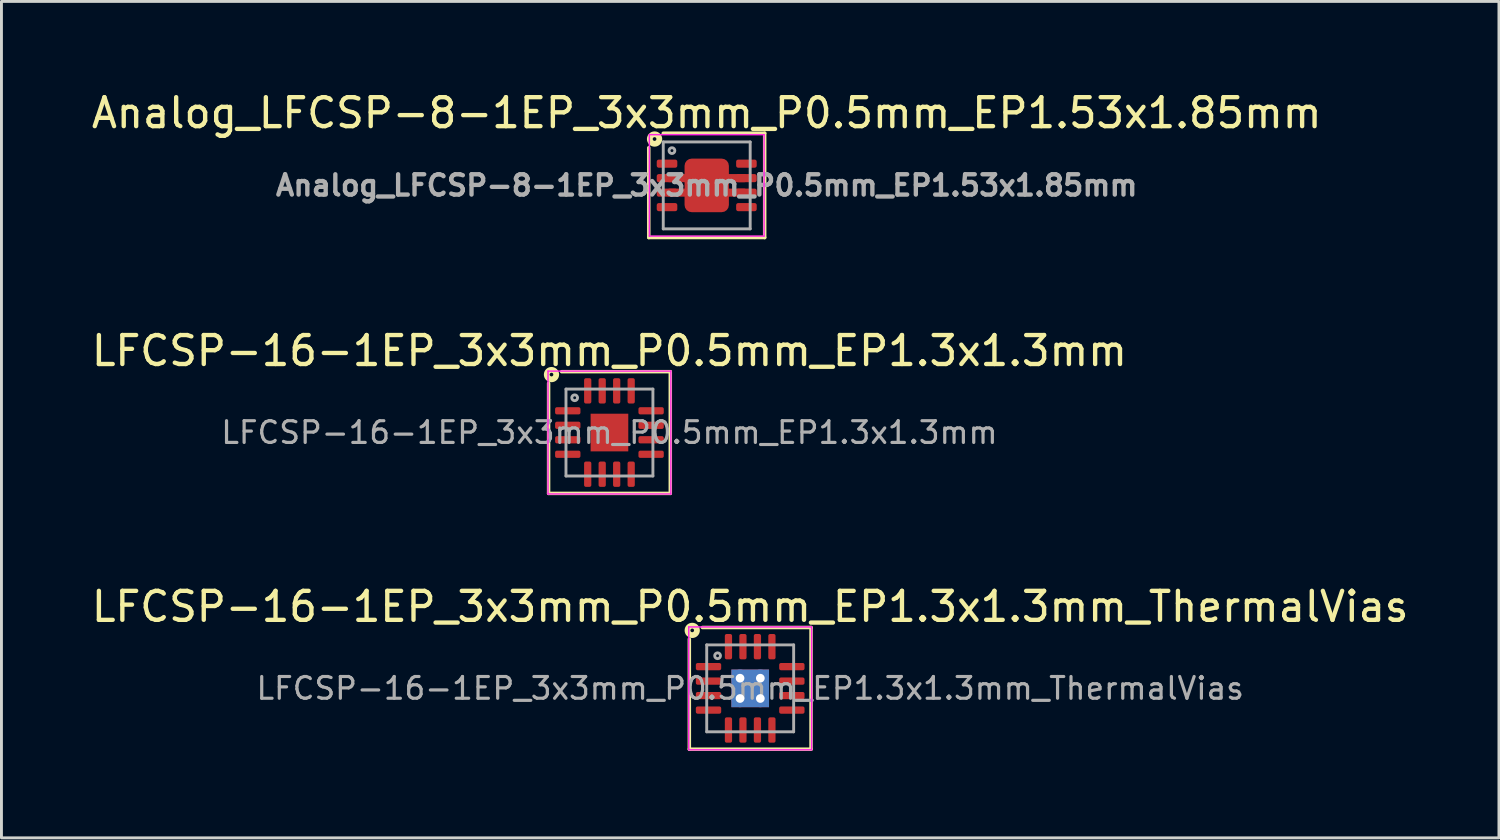
<source format=kicad_pcb>
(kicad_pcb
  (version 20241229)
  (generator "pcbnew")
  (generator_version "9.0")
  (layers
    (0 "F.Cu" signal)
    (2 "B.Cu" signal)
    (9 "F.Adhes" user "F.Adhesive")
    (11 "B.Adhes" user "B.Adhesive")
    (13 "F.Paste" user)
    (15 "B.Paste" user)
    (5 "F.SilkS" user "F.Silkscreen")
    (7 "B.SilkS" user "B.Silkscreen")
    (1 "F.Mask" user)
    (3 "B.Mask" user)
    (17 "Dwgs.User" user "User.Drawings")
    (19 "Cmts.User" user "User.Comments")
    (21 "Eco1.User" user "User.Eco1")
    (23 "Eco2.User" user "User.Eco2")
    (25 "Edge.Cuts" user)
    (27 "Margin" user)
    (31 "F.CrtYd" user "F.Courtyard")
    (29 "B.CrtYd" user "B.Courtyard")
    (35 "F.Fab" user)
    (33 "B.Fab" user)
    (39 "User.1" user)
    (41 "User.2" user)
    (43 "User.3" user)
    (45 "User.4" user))
  (footprint "LFCSP-16-1EP_3x3mm_P0.5mm_EP1.3x1.3mm"
    (layer "F.Cu")
    (at 17.982 11.877)
    (property "Reference" "LFCSP-16-1EP_3x3mm_P0.5mm_EP1.3x1.3mm" (at 0 -2.82 0) (layer "F.SilkS") (effects (font (size 1 1) (thickness 0.15))))
    (attr smd)
    (fp_line (start -2.1 2.1) (end -2.1 -1.7) (stroke (width 0.12) (type solid)) (layer "F.SilkS"))
    (fp_line (start 2.1 -2.1) (end -1.65 -2.1) (stroke (width 0.12) (type solid)) (layer "F.SilkS"))
    (fp_line (start 2.1 -2.1) (end 2.1 2.1) (stroke (width 0.12) (type solid)) (layer "F.SilkS"))
    (fp_line (start 2.1 2.1) (end -2.1 2.1) (stroke (width 0.12) (type solid)) (layer "F.SilkS"))
    (fp_circle (center -2 -2) (end -1.937 -2) (stroke (width 0.2) (type solid)) (fill no) (layer "F.SilkS"))
    (fp_line (start -2.12 -2.12) (end -2.12 2.12) (stroke (width 0.05) (type solid)) (layer "F.CrtYd"))
    (fp_line (start -2.12 2.12) (end 2.12 2.12) (stroke (width 0.05) (type solid)) (layer "F.CrtYd"))
    (fp_line (start 2.12 -2.12) (end -2.12 -2.12) (stroke (width 0.05) (type solid)) (layer "F.CrtYd"))
    (fp_line (start 2.12 2.12) (end 2.12 -2.12) (stroke (width 0.05) (type solid)) (layer "F.CrtYd"))
    (fp_line (start -1.5 -1.5) (end 1.5 -1.5) (stroke (width 0.1) (type solid)) (layer "F.Fab"))
    (fp_line (start -1.5 1.5) (end -1.5 -1.5) (stroke (width 0.1) (type solid)) (layer "F.Fab"))
    (fp_line (start 1.5 -1.5) (end 1.5 1.5) (stroke (width 0.1) (type solid)) (layer "F.Fab"))
    (fp_line (start 1.5 1.5) (end -1.5 1.5) (stroke (width 0.1) (type solid)) (layer "F.Fab"))
    (fp_circle (center -1.2 -1.2) (end -1.1 -1.2) (stroke (width 0.1) (type solid)) (fill no) (layer "F.Fab"))
    (fp_text user "${REFERENCE}" (at 0 0 0) (layer "F.Fab") (effects (font (size 0.75 0.75) (thickness 0.11))))
    (pad "" smd roundrect (at -0.325 -0.325) (size 0.52 0.52) (layers "F.Paste") (roundrect_rratio 0.25))
    (pad "" smd roundrect (at -0.325 0.325) (size 0.52 0.52) (layers "F.Paste") (roundrect_rratio 0.25))
    (pad "" smd roundrect (at 0.325 -0.325) (size 0.52 0.52) (layers "F.Paste") (roundrect_rratio 0.25))
    (pad "" smd roundrect (at 0.325 0.325) (size 0.52 0.52) (layers "F.Paste") (roundrect_rratio 0.25))
    (pad "1" smd roundrect (at -1.438 -0.75) (size 0.875 0.25) (layers "F.Cu" "F.Mask" "F.Paste") (roundrect_rratio 0.25))
    (pad "2" smd roundrect (at -1.438 -0.25) (size 0.875 0.25) (layers "F.Cu" "F.Mask" "F.Paste") (roundrect_rratio 0.25))
    (pad "3" smd roundrect (at -1.438 0.25) (size 0.875 0.25) (layers "F.Cu" "F.Mask" "F.Paste") (roundrect_rratio 0.25))
    (pad "4" smd roundrect (at -1.438 0.75) (size 0.875 0.25) (layers "F.Cu" "F.Mask" "F.Paste") (roundrect_rratio 0.25))
    (pad "5" smd roundrect (at -0.75 1.438) (size 0.25 0.875) (layers "F.Cu" "F.Mask" "F.Paste") (roundrect_rratio 0.25))
    (pad "6" smd roundrect (at -0.25 1.438) (size 0.25 0.875) (layers "F.Cu" "F.Mask" "F.Paste") (roundrect_rratio 0.25))
    (pad "7" smd roundrect (at 0.25 1.438) (size 0.25 0.875) (layers "F.Cu" "F.Mask" "F.Paste") (roundrect_rratio 0.25))
    (pad "8" smd roundrect (at 0.75 1.438) (size 0.25 0.875) (layers "F.Cu" "F.Mask" "F.Paste") (roundrect_rratio 0.25))
    (pad "9" smd roundrect (at 1.438 0.75) (size 0.875 0.25) (layers "F.Cu" "F.Mask" "F.Paste") (roundrect_rratio 0.25))
    (pad "10" smd roundrect (at 1.438 0.25) (size 0.875 0.25) (layers "F.Cu" "F.Mask" "F.Paste") (roundrect_rratio 0.25))
    (pad "11" smd roundrect (at 1.438 -0.25) (size 0.875 0.25) (layers "F.Cu" "F.Mask" "F.Paste") (roundrect_rratio 0.25))
    (pad "12" smd roundrect (at 1.438 -0.75) (size 0.875 0.25) (layers "F.Cu" "F.Mask" "F.Paste") (roundrect_rratio 0.25))
    (pad "13" smd roundrect (at 0.75 -1.438) (size 0.25 0.875) (layers "F.Cu" "F.Mask" "F.Paste") (roundrect_rratio 0.25))
    (pad "14" smd roundrect (at 0.25 -1.438) (size 0.25 0.875) (layers "F.Cu" "F.Mask" "F.Paste") (roundrect_rratio 0.25))
    (pad "15" smd roundrect (at -0.25 -1.438) (size 0.25 0.875) (layers "F.Cu" "F.Mask" "F.Paste") (roundrect_rratio 0.25))
    (pad "16" smd roundrect (at -0.75 -1.438) (size 0.25 0.875) (layers "F.Cu" "F.Mask" "F.Paste") (roundrect_rratio 0.25))
    (pad "17" smd rect (at 0 0) (size 1.3 1.3) (layers "F.Cu" "F.Mask")))
  (footprint "LFCSP-16-1EP_3x3mm_P0.5mm_EP1.3x1.3mm_ThermalVias"
    (layer "F.Cu")
    (at 22.839 20.705)
    (property "Reference" "LFCSP-16-1EP_3x3mm_P0.5mm_EP1.3x1.3mm_ThermalVias" (at 0 -2.82 0) (layer "F.SilkS") (effects (font (size 1 1) (thickness 0.15))))
    (attr smd)
    (fp_line (start -2.1 2.1) (end -2.1 -1.7) (stroke (width 0.12) (type solid)) (layer "F.SilkS"))
    (fp_line (start 2.1 -2.1) (end -1.65 -2.1) (stroke (width 0.12) (type solid)) (layer "F.SilkS"))
    (fp_line (start 2.1 -2.1) (end 2.1 2.1) (stroke (width 0.12) (type solid)) (layer "F.SilkS"))
    (fp_line (start 2.1 2.1) (end -2.1 2.1) (stroke (width 0.12) (type solid)) (layer "F.SilkS"))
    (fp_circle (center -2 -2) (end -1.937 -2) (stroke (width 0.2) (type solid)) (fill no) (layer "F.SilkS"))
    (fp_line (start -2.12 -2.12) (end -2.12 2.12) (stroke (width 0.05) (type solid)) (layer "F.CrtYd"))
    (fp_line (start -2.12 2.12) (end 2.12 2.12) (stroke (width 0.05) (type solid)) (layer "F.CrtYd"))
    (fp_line (start 2.12 -2.12) (end -2.12 -2.12) (stroke (width 0.05) (type solid)) (layer "F.CrtYd"))
    (fp_line (start 2.12 2.12) (end 2.12 -2.12) (stroke (width 0.05) (type solid)) (layer "F.CrtYd"))
    (fp_line (start -1.5 -1.5) (end 1.5 -1.5) (stroke (width 0.1) (type solid)) (layer "F.Fab"))
    (fp_line (start -1.5 1.5) (end -1.5 -1.5) (stroke (width 0.1) (type solid)) (layer "F.Fab"))
    (fp_line (start 1.5 -1.5) (end 1.5 1.5) (stroke (width 0.1) (type solid)) (layer "F.Fab"))
    (fp_line (start 1.5 1.5) (end -1.5 1.5) (stroke (width 0.1) (type solid)) (layer "F.Fab"))
    (fp_circle (center -1.125 -1.125) (end -1.025 -1.125) (stroke (width 0.1) (type solid)) (fill no) (layer "F.Fab"))
    (fp_text user "${REFERENCE}" (at 0 0 0) (layer "F.Fab") (effects (font (size 0.75 0.75) (thickness 0.11))))
    (pad "" smd roundrect (at -0.325 -0.325) (size 0.52 0.52) (layers "F.Paste") (roundrect_rratio 0.25))
    (pad "" smd roundrect (at -0.325 0.325) (size 0.52 0.52) (layers "F.Paste") (roundrect_rratio 0.25))
    (pad "" smd roundrect (at 0.325 -0.325) (size 0.52 0.52) (layers "F.Paste") (roundrect_rratio 0.25))
    (pad "" smd roundrect (at 0.325 0.325) (size 0.52 0.52) (layers "F.Paste") (roundrect_rratio 0.25))
    (pad "1" smd roundrect (at -1.438 -0.75) (size 0.875 0.25) (layers "F.Cu" "F.Mask" "F.Paste") (roundrect_rratio 0.25))
    (pad "2" smd roundrect (at -1.438 -0.25) (size 0.875 0.25) (layers "F.Cu" "F.Mask" "F.Paste") (roundrect_rratio 0.25))
    (pad "3" smd roundrect (at -1.438 0.25) (size 0.875 0.25) (layers "F.Cu" "F.Mask" "F.Paste") (roundrect_rratio 0.25))
    (pad "4" smd roundrect (at -1.438 0.75) (size 0.875 0.25) (layers "F.Cu" "F.Mask" "F.Paste") (roundrect_rratio 0.25))
    (pad "5" smd roundrect (at -0.75 1.438) (size 0.25 0.875) (layers "F.Cu" "F.Mask" "F.Paste") (roundrect_rratio 0.25))
    (pad "6" smd roundrect (at -0.25 1.438) (size 0.25 0.875) (layers "F.Cu" "F.Mask" "F.Paste") (roundrect_rratio 0.25))
    (pad "7" smd roundrect (at 0.25 1.438) (size 0.25 0.875) (layers "F.Cu" "F.Mask" "F.Paste") (roundrect_rratio 0.25))
    (pad "8" smd roundrect (at 0.75 1.438) (size 0.25 0.875) (layers "F.Cu" "F.Mask" "F.Paste") (roundrect_rratio 0.25))
    (pad "9" smd roundrect (at 1.438 0.75) (size 0.875 0.25) (layers "F.Cu" "F.Mask" "F.Paste") (roundrect_rratio 0.25))
    (pad "10" smd roundrect (at 1.438 0.25) (size 0.875 0.25) (layers "F.Cu" "F.Mask" "F.Paste") (roundrect_rratio 0.25))
    (pad "11" smd roundrect (at 1.438 -0.25) (size 0.875 0.25) (layers "F.Cu" "F.Mask" "F.Paste") (roundrect_rratio 0.25))
    (pad "12" smd roundrect (at 1.438 -0.75) (size 0.875 0.25) (layers "F.Cu" "F.Mask" "F.Paste") (roundrect_rratio 0.25))
    (pad "13" smd roundrect (at 0.75 -1.438) (size 0.25 0.875) (layers "F.Cu" "F.Mask" "F.Paste") (roundrect_rratio 0.25))
    (pad "14" smd roundrect (at 0.25 -1.438) (size 0.25 0.875) (layers "F.Cu" "F.Mask" "F.Paste") (roundrect_rratio 0.25))
    (pad "15" smd roundrect (at -0.25 -1.438) (size 0.25 0.875) (layers "F.Cu" "F.Mask" "F.Paste") (roundrect_rratio 0.25))
    (pad "16" smd roundrect (at -0.75 -1.438) (size 0.25 0.875) (layers "F.Cu" "F.Mask" "F.Paste") (roundrect_rratio 0.25))
    (pad "17" thru_hole circle (at -0.35 -0.35) (size 0.6 0.6) (drill 0.3) (layers "*.Cu"))
    (pad "17" thru_hole circle (at -0.35 0.35) (size 0.6 0.6) (drill 0.3) (layers "*.Cu"))
    (pad "17" smd rect (at 0 0) (size 1.3 1.3) (layers "F.Cu" "F.Mask"))
    (pad "17" smd rect (at 0 0) (size 1.3 1.3) (layers "B.Cu" "B.Mask"))
    (pad "17" thru_hole circle (at 0.35 -0.35) (size 0.6 0.6) (drill 0.3) (layers "*.Cu"))
    (pad "17" thru_hole circle (at 0.35 0.35) (size 0.6 0.6) (drill 0.3) (layers "*.Cu")))
  (footprint "Analog_LFCSP-8-1EP_3x3mm_P0.5mm_EP1.53x1.85mm"
    (layer "F.Cu")
    (at 21.339 3.348)
    (property "Reference" "Analog_LFCSP-8-1EP_3x3mm_P0.5mm_EP1.53x1.85mm" (at 0 -2.5 0) (layer "F.SilkS") (effects (font (size 1 1) (thickness 0.15))))
    (attr smd)
    (fp_line (start -2 1.8) (end -2 -1.3) (stroke (width 0.12) (type solid)) (layer "F.SilkS"))
    (fp_line (start 2 -1.8) (end -1.5 -1.8) (stroke (width 0.12) (type solid)) (layer "F.SilkS"))
    (fp_line (start 2 -1.8) (end 2 1.8) (stroke (width 0.12) (type solid)) (layer "F.SilkS"))
    (fp_line (start 2 1.8) (end -2 1.8) (stroke (width 0.12) (type solid)) (layer "F.SilkS"))
    (fp_circle (center -1.8 -1.6) (end -1.736 -1.6) (stroke (width 0.2) (type solid)) (fill no) (layer "F.SilkS"))
    (fp_line (start -1.98 -1.75) (end 1.98 -1.75) (stroke (width 0.05) (type solid)) (layer "F.CrtYd"))
    (fp_line (start -1.98 1.75) (end -1.98 -1.75) (stroke (width 0.05) (type solid)) (layer "F.CrtYd"))
    (fp_line (start 1.98 -1.75) (end 1.98 1.75) (stroke (width 0.05) (type solid)) (layer "F.CrtYd"))
    (fp_line (start 1.98 1.75) (end -1.98 1.75) (stroke (width 0.05) (type solid)) (layer "F.CrtYd"))
    (fp_line (start -1.5 -1.5) (end -1.5 1.5) (stroke (width 0.1) (type solid)) (layer "F.Fab"))
    (fp_line (start -1.5 -1.5) (end 1.5 -1.5) (stroke (width 0.1) (type solid)) (layer "F.Fab"))
    (fp_line (start 1.5 1.5) (end -1.5 1.5) (stroke (width 0.1) (type solid)) (layer "F.Fab"))
    (fp_line (start 1.5 1.5) (end 1.5 -1.5) (stroke (width 0.1) (type solid)) (layer "F.Fab"))
    (fp_circle (center -1.2 -1.2) (end -1.1 -1.2) (stroke (width 0.1) (type solid)) (fill no) (layer "F.Fab"))
    (fp_text user "${REFERENCE}" (at 0 0 180) (layer "F.Fab") (effects (font (size 0.7 0.7) (thickness 0.15))))
    (pad "" smd roundrect (at 0 0) (size 1.2 1.55) (layers "F.Paste") (roundrect_rratio 0.208))
    (pad "1" smd roundrect (at -1.37 -0.75) (size 0.71 0.28) (layers "F.Cu" "F.Mask" "F.Paste") (roundrect_rratio 0.25))
    (pad "2" smd roundrect (at -1.37 -0.25) (size 0.71 0.28) (layers "F.Cu" "F.Mask" "F.Paste") (roundrect_rratio 0.25))
    (pad "2" smd roundrect (at -1.37 0.25) (size 0.71 0.28) (layers "F.Cu" "F.Mask" "F.Paste") (roundrect_rratio 0.25))
    (pad "2" smd roundrect (at -1.015 -0.25) (size 0.71 0.28) (layers "F.Cu" "F.Mask") (roundrect_rratio 0.25))
    (pad "2" smd roundrect (at -1 0.25) (size 0.71 0.28) (layers "F.Cu" "F.Mask") (roundrect_rratio 0.25))
    (pad "2" smd roundrect (at 0 0 90) (size 1.85 1.53) (layers "F.Cu" "F.Mask") (roundrect_rratio 0.163))
    (pad "2" smd roundrect (at 1.015 -0.25) (size 0.71 0.28) (layers "F.Cu" "F.Mask") (roundrect_rratio 0.25))
    (pad "2" smd roundrect (at 1.015 0.25) (size 0.71 0.28) (layers "F.Cu" "F.Mask") (roundrect_rratio 0.25))
    (pad "2" smd roundrect (at 1.37 -0.25) (size 0.71 0.28) (layers "F.Cu" "F.Mask" "F.Paste") (roundrect_rratio 0.25))
    (pad "2" smd roundrect (at 1.37 0.25) (size 0.71 0.28) (layers "F.Cu" "F.Mask" "F.Paste") (roundrect_rratio 0.25))
    (pad "4" smd roundrect (at -1.37 0.75) (size 0.71 0.28) (layers "F.Cu" "F.Mask" "F.Paste") (roundrect_rratio 0.25))
    (pad "5" smd roundrect (at 1.37 0.75) (size 0.71 0.28) (layers "F.Cu" "F.Mask" "F.Paste") (roundrect_rratio 0.25))
    (pad "8" smd roundrect (at 1.37 -0.75) (size 0.71 0.28) (layers "F.Cu" "F.Mask" "F.Paste") (roundrect_rratio 0.25)))
  (gr_rect
    (start -3 -3)
    (end 48.679 25.865)
    (stroke (width 0.1) (type default))
    (fill no)
    (layer "Edge.Cuts")))
</source>
